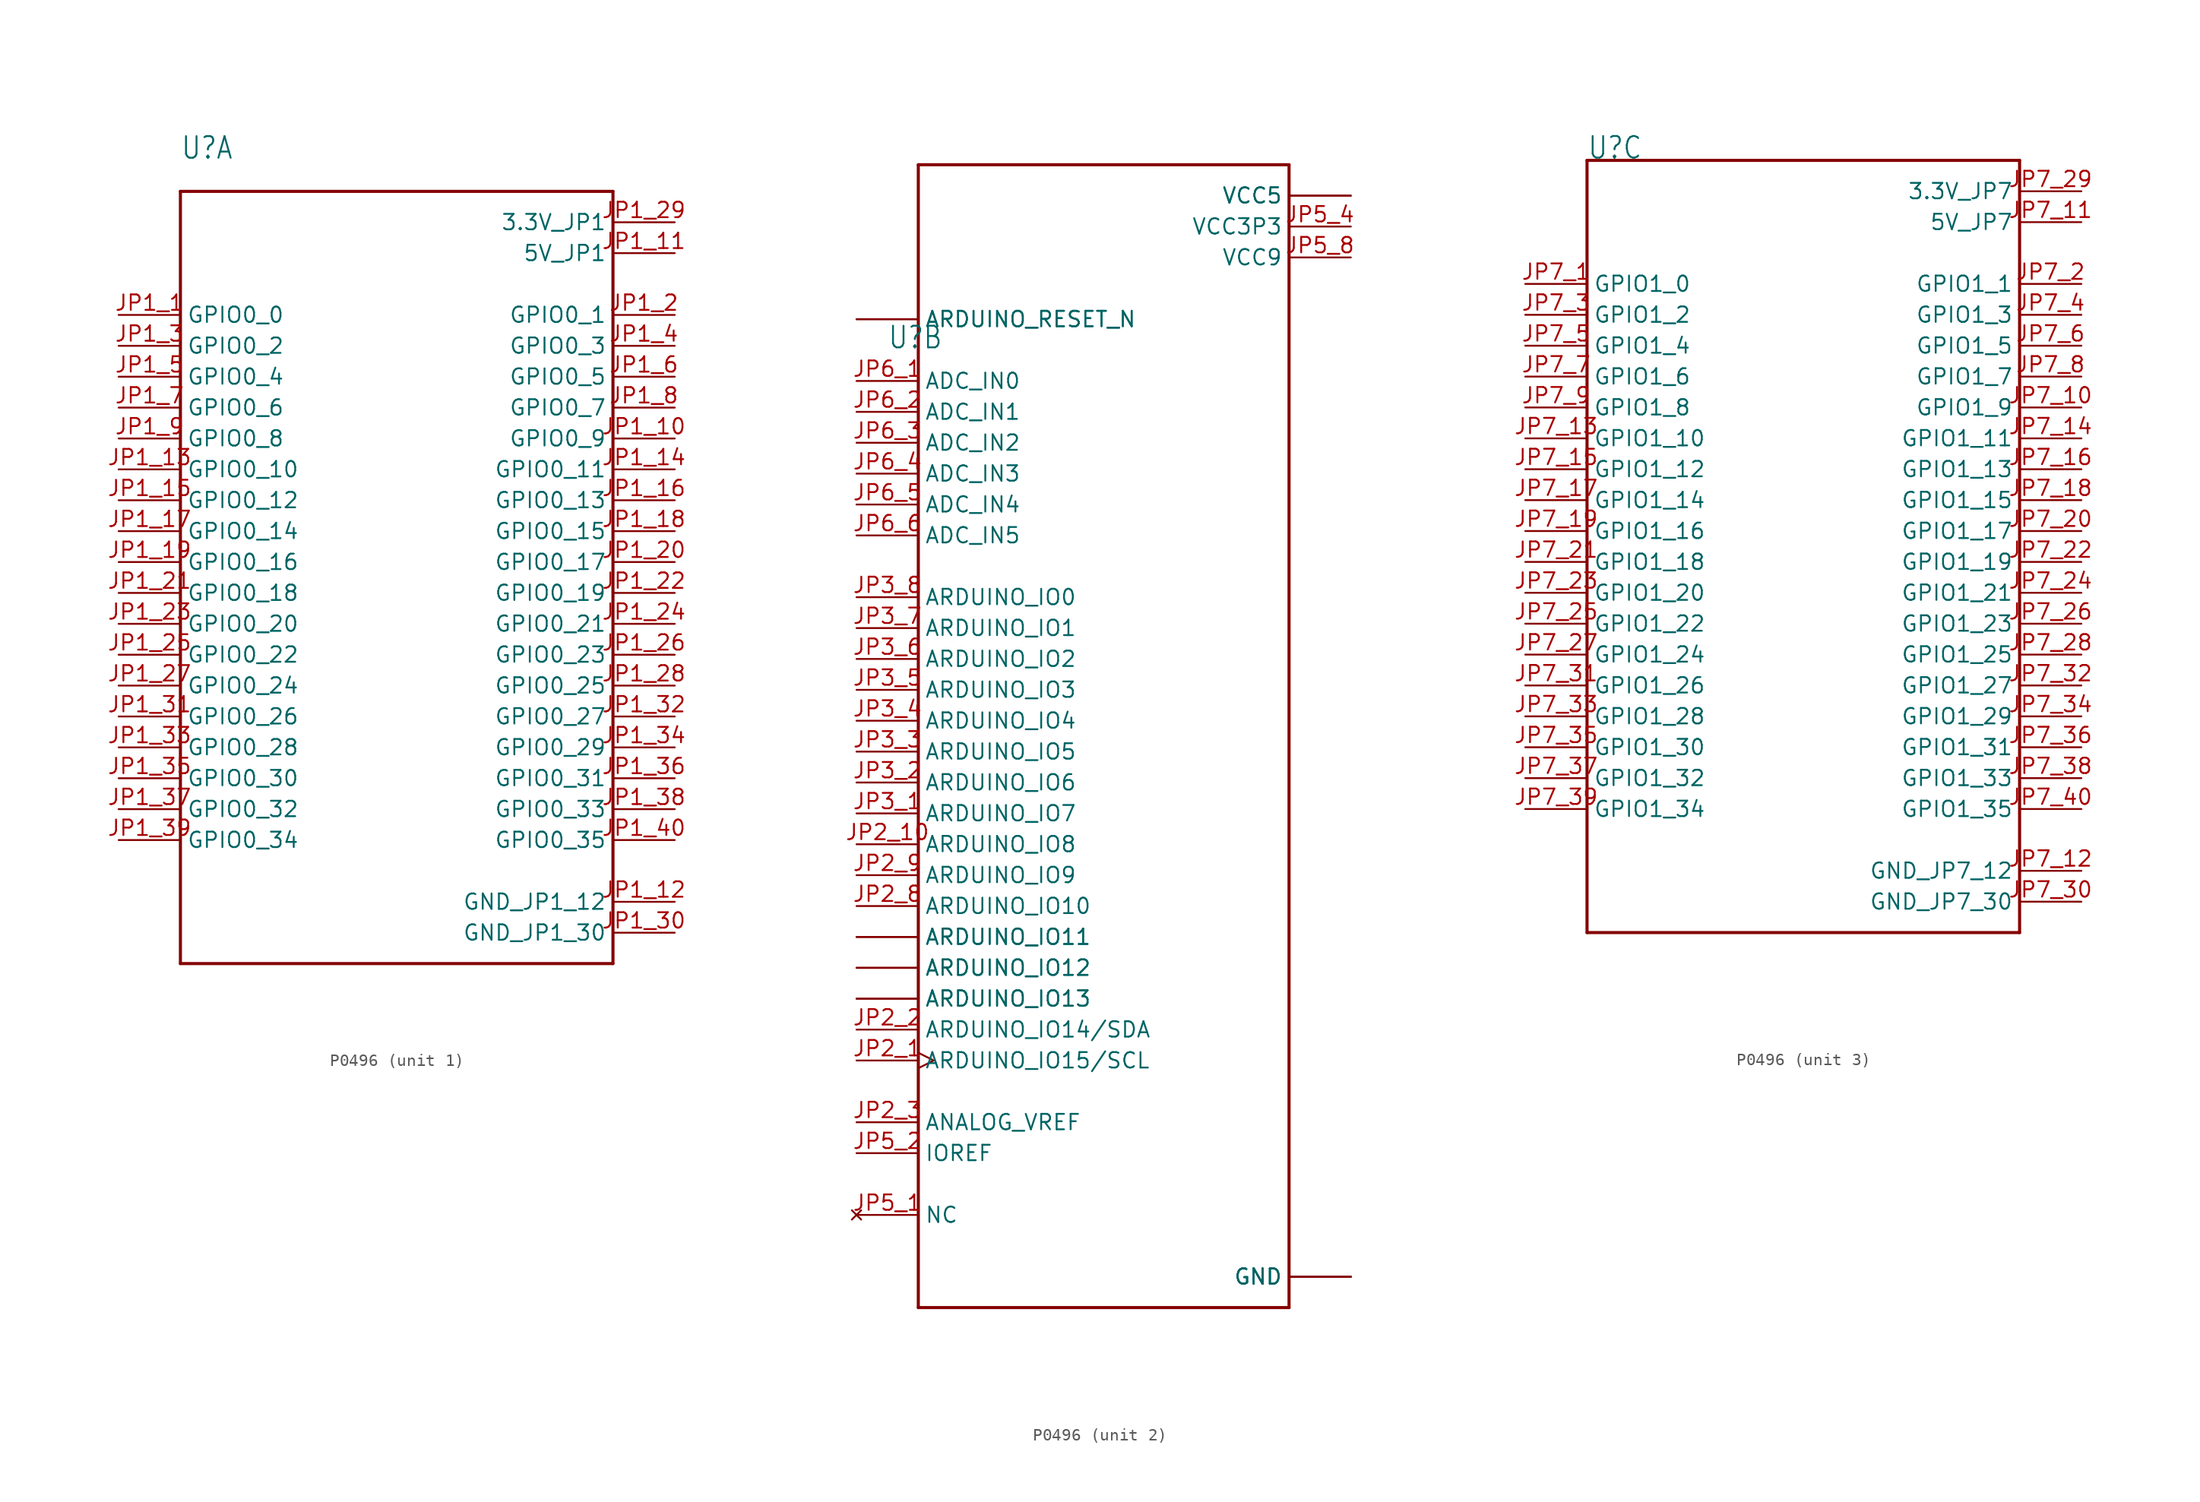
<source format=kicad_sym>
(kicad_symbol_lib
  (version 20231120)
  (generator "kicad_symbol_editor")
  (generator_version "8.0")
  (symbol "P0496"
    (property "Reference" "U"
      (at -17.78 33.02 0)
      (effects (font (size 1.778 1.511)) (justify left bottom)))
    (property "Value" ""
      (at -17.78 -33.02 0)
      (effects (font (size 1.778 1.511)) (justify left bottom)))
    (property "ki_locked" ""
      (at 0 0 0)
      (effects (font (size 1.27 1.27))))
    (symbol "P0496_1_0"
      (polyline (pts (xy -17.78 -33.02) (xy -17.78 30.48)) (stroke (width 0.254) (type solid)) (fill (type none)))
      (polyline (pts (xy -17.78 30.48) (xy 17.78 30.48)) (stroke (width 0.254) (type solid)) (fill (type none)))
      (polyline (pts (xy 17.78 -33.02) (xy -17.78 -33.02)) (stroke (width 0.254) (type solid)) (fill (type none)))
      (polyline (pts (xy 17.78 30.48) (xy 17.78 -33.02)) (stroke (width 0.254) (type solid)) (fill (type none)))
      (pin bidirectional line (at -22.86 20.32 0) (length 5.08) (name "GPIO0_0" (effects (font (size 1.27 1.27)))) (number "JP1_1" (effects (font (size 1.27 1.27)))))
      (pin bidirectional line (at 22.86 10.16 180) (length 5.08) (name "GPIO0_9" (effects (font (size 1.27 1.27)))) (number "JP1_10" (effects (font (size 1.27 1.27)))))
      (pin power_in line (at 22.86 25.4 180) (length 5.08) (name "5V_JP1" (effects (font (size 1.27 1.27)))) (number "JP1_11" (effects (font (size 1.27 1.27)))))
      (pin power_in line (at 22.86 -27.94 180) (length 5.08) (name "GND_JP1_12" (effects (font (size 1.27 1.27)))) (number "JP1_12" (effects (font (size 1.27 1.27)))))
      (pin bidirectional line (at -22.86 7.62 0) (length 5.08) (name "GPIO0_10" (effects (font (size 1.27 1.27)))) (number "JP1_13" (effects (font (size 1.27 1.27)))))
      (pin bidirectional line (at 22.86 7.62 180) (length 5.08) (name "GPIO0_11" (effects (font (size 1.27 1.27)))) (number "JP1_14" (effects (font (size 1.27 1.27)))))
      (pin bidirectional line (at -22.86 5.08 0) (length 5.08) (name "GPIO0_12" (effects (font (size 1.27 1.27)))) (number "JP1_15" (effects (font (size 1.27 1.27)))))
      (pin bidirectional line (at 22.86 5.08 180) (length 5.08) (name "GPIO0_13" (effects (font (size 1.27 1.27)))) (number "JP1_16" (effects (font (size 1.27 1.27)))))
      (pin bidirectional line (at -22.86 2.54 0) (length 5.08) (name "GPIO0_14" (effects (font (size 1.27 1.27)))) (number "JP1_17" (effects (font (size 1.27 1.27)))))
      (pin bidirectional line (at 22.86 2.54 180) (length 5.08) (name "GPIO0_15" (effects (font (size 1.27 1.27)))) (number "JP1_18" (effects (font (size 1.27 1.27)))))
      (pin bidirectional line (at -22.86 0 0) (length 5.08) (name "GPIO0_16" (effects (font (size 1.27 1.27)))) (number "JP1_19" (effects (font (size 1.27 1.27)))))
      (pin bidirectional line (at 22.86 20.32 180) (length 5.08) (name "GPIO0_1" (effects (font (size 1.27 1.27)))) (number "JP1_2" (effects (font (size 1.27 1.27)))))
      (pin bidirectional line (at 22.86 0 180) (length 5.08) (name "GPIO0_17" (effects (font (size 1.27 1.27)))) (number "JP1_20" (effects (font (size 1.27 1.27)))))
      (pin bidirectional line (at -22.86 -2.54 0) (length 5.08) (name "GPIO0_18" (effects (font (size 1.27 1.27)))) (number "JP1_21" (effects (font (size 1.27 1.27)))))
      (pin bidirectional line (at 22.86 -2.54 180) (length 5.08) (name "GPIO0_19" (effects (font (size 1.27 1.27)))) (number "JP1_22" (effects (font (size 1.27 1.27)))))
      (pin bidirectional line (at -22.86 -5.08 0) (length 5.08) (name "GPIO0_20" (effects (font (size 1.27 1.27)))) (number "JP1_23" (effects (font (size 1.27 1.27)))))
      (pin bidirectional line (at 22.86 -5.08 180) (length 5.08) (name "GPIO0_21" (effects (font (size 1.27 1.27)))) (number "JP1_24" (effects (font (size 1.27 1.27)))))
      (pin bidirectional line (at -22.86 -7.62 0) (length 5.08) (name "GPIO0_22" (effects (font (size 1.27 1.27)))) (number "JP1_25" (effects (font (size 1.27 1.27)))))
      (pin bidirectional line (at 22.86 -7.62 180) (length 5.08) (name "GPIO0_23" (effects (font (size 1.27 1.27)))) (number "JP1_26" (effects (font (size 1.27 1.27)))))
      (pin bidirectional line (at -22.86 -10.16 0) (length 5.08) (name "GPIO0_24" (effects (font (size 1.27 1.27)))) (number "JP1_27" (effects (font (size 1.27 1.27)))))
      (pin bidirectional line (at 22.86 -10.16 180) (length 5.08) (name "GPIO0_25" (effects (font (size 1.27 1.27)))) (number "JP1_28" (effects (font (size 1.27 1.27)))))
      (pin power_in line (at 22.86 27.94 180) (length 5.08) (name "3.3V_JP1" (effects (font (size 1.27 1.27)))) (number "JP1_29" (effects (font (size 1.27 1.27)))))
      (pin bidirectional line (at -22.86 17.78 0) (length 5.08) (name "GPIO0_2" (effects (font (size 1.27 1.27)))) (number "JP1_3" (effects (font (size 1.27 1.27)))))
      (pin power_in line (at 22.86 -30.48 180) (length 5.08) (name "GND_JP1_30" (effects (font (size 1.27 1.27)))) (number "JP1_30" (effects (font (size 1.27 1.27)))))
      (pin bidirectional line (at -22.86 -12.7 0) (length 5.08) (name "GPIO0_26" (effects (font (size 1.27 1.27)))) (number "JP1_31" (effects (font (size 1.27 1.27)))))
      (pin bidirectional line (at 22.86 -12.7 180) (length 5.08) (name "GPIO0_27" (effects (font (size 1.27 1.27)))) (number "JP1_32" (effects (font (size 1.27 1.27)))))
      (pin bidirectional line (at -22.86 -15.24 0) (length 5.08) (name "GPIO0_28" (effects (font (size 1.27 1.27)))) (number "JP1_33" (effects (font (size 1.27 1.27)))))
      (pin bidirectional line (at 22.86 -15.24 180) (length 5.08) (name "GPIO0_29" (effects (font (size 1.27 1.27)))) (number "JP1_34" (effects (font (size 1.27 1.27)))))
      (pin bidirectional line (at -22.86 -17.78 0) (length 5.08) (name "GPIO0_30" (effects (font (size 1.27 1.27)))) (number "JP1_35" (effects (font (size 1.27 1.27)))))
      (pin bidirectional line (at 22.86 -17.78 180) (length 5.08) (name "GPIO0_31" (effects (font (size 1.27 1.27)))) (number "JP1_36" (effects (font (size 1.27 1.27)))))
      (pin bidirectional line (at -22.86 -20.32 0) (length 5.08) (name "GPIO0_32" (effects (font (size 1.27 1.27)))) (number "JP1_37" (effects (font (size 1.27 1.27)))))
      (pin bidirectional line (at 22.86 -20.32 180) (length 5.08) (name "GPIO0_33" (effects (font (size 1.27 1.27)))) (number "JP1_38" (effects (font (size 1.27 1.27)))))
      (pin bidirectional line (at -22.86 -22.86 0) (length 5.08) (name "GPIO0_34" (effects (font (size 1.27 1.27)))) (number "JP1_39" (effects (font (size 1.27 1.27)))))
      (pin bidirectional line (at 22.86 17.78 180) (length 5.08) (name "GPIO0_3" (effects (font (size 1.27 1.27)))) (number "JP1_4" (effects (font (size 1.27 1.27)))))
      (pin bidirectional line (at 22.86 -22.86 180) (length 5.08) (name "GPIO0_35" (effects (font (size 1.27 1.27)))) (number "JP1_40" (effects (font (size 1.27 1.27)))))
      (pin bidirectional line (at -22.86 15.24 0) (length 5.08) (name "GPIO0_4" (effects (font (size 1.27 1.27)))) (number "JP1_5" (effects (font (size 1.27 1.27)))))
      (pin bidirectional line (at 22.86 15.24 180) (length 5.08) (name "GPIO0_5" (effects (font (size 1.27 1.27)))) (number "JP1_6" (effects (font (size 1.27 1.27)))))
      (pin bidirectional line (at -22.86 12.7 0) (length 5.08) (name "GPIO0_6" (effects (font (size 1.27 1.27)))) (number "JP1_7" (effects (font (size 1.27 1.27)))))
      (pin bidirectional line (at 22.86 12.7 180) (length 5.08) (name "GPIO0_7" (effects (font (size 1.27 1.27)))) (number "JP1_8" (effects (font (size 1.27 1.27)))))
      (pin bidirectional line (at -22.86 10.16 0) (length 5.08) (name "GPIO0_8" (effects (font (size 1.27 1.27)))) (number "JP1_9" (effects (font (size 1.27 1.27))))))
    (symbol "P0496_2_0"
      (polyline (pts (xy -15.24 -45.72) (xy -15.24 48.26)) (stroke (width 0.254) (type solid)) (fill (type none)))
      (polyline (pts (xy -15.24 -45.72) (xy 15.24 -45.72)) (stroke (width 0.254) (type solid)) (fill (type none)))
      (polyline (pts (xy -15.24 48.26) (xy 15.24 48.26)) (stroke (width 0.254) (type solid)) (fill (type none)))
      (polyline (pts (xy 15.24 48.26) (xy 15.24 -45.72)) (stroke (width 0.254) (type solid)) (fill (type none)))
      (pin bidirectional clock (at -20.32 -25.4 0) (length 5.08) (name "ARDUINO_IO15/SCL" (effects (font (size 1.27 1.27)))) (number "JP2_1" (effects (font (size 1.27 1.27)))))
      (pin bidirectional line (at -20.32 -7.62 0) (length 5.08) (name "ARDUINO_IO8" (effects (font (size 1.27 1.27)))) (number "JP2_10" (effects (font (size 1.27 1.27)))))
      (pin bidirectional line (at -20.32 -22.86 0) (length 5.08) (name "ARDUINO_IO14/SDA" (effects (font (size 1.27 1.27)))) (number "JP2_2" (effects (font (size 1.27 1.27)))))
      (pin bidirectional line (at -20.32 -30.48 0) (length 5.08) (name "ANALOG_VREF" (effects (font (size 1.27 1.27)))) (number "JP2_3" (effects (font (size 1.27 1.27)))))
      (pin power_in line (at 20.32 -43.18 180) (length 5.08) (name "GND" (effects (font (size 1.27 1.27)))) (number "JP2_4" (effects (font (size 0 0)))))
      (pin bidirectional line (at -20.32 -20.32 0) (length 5.08) (name "ARDUINO_IO13" (effects (font (size 1.27 1.27)))) (number "JP2_5" (effects (font (size 0 0)))))
      (pin bidirectional line (at -20.32 -17.78 0) (length 5.08) (name "ARDUINO_IO12" (effects (font (size 1.27 1.27)))) (number "JP2_6" (effects (font (size 0 0)))))
      (pin bidirectional line (at -20.32 -15.24 0) (length 5.08) (name "ARDUINO_IO11" (effects (font (size 1.27 1.27)))) (number "JP2_7" (effects (font (size 0 0)))))
      (pin bidirectional line (at -20.32 -12.7 0) (length 5.08) (name "ARDUINO_IO10" (effects (font (size 1.27 1.27)))) (number "JP2_8" (effects (font (size 1.27 1.27)))))
      (pin bidirectional line (at -20.32 -10.16 0) (length 5.08) (name "ARDUINO_IO9" (effects (font (size 1.27 1.27)))) (number "JP2_9" (effects (font (size 1.27 1.27)))))
      (pin bidirectional line (at -20.32 -5.08 0) (length 5.08) (name "ARDUINO_IO7" (effects (font (size 1.27 1.27)))) (number "JP3_1" (effects (font (size 1.27 1.27)))))
      (pin bidirectional line (at -20.32 -2.54 0) (length 5.08) (name "ARDUINO_IO6" (effects (font (size 1.27 1.27)))) (number "JP3_2" (effects (font (size 1.27 1.27)))))
      (pin bidirectional line (at -20.32 0 0) (length 5.08) (name "ARDUINO_IO5" (effects (font (size 1.27 1.27)))) (number "JP3_3" (effects (font (size 1.27 1.27)))))
      (pin bidirectional line (at -20.32 2.54 0) (length 5.08) (name "ARDUINO_IO4" (effects (font (size 1.27 1.27)))) (number "JP3_4" (effects (font (size 1.27 1.27)))))
      (pin bidirectional line (at -20.32 5.08 0) (length 5.08) (name "ARDUINO_IO3" (effects (font (size 1.27 1.27)))) (number "JP3_5" (effects (font (size 1.27 1.27)))))
      (pin bidirectional line (at -20.32 7.62 0) (length 5.08) (name "ARDUINO_IO2" (effects (font (size 1.27 1.27)))) (number "JP3_6" (effects (font (size 1.27 1.27)))))
      (pin bidirectional line (at -20.32 10.16 0) (length 5.08) (name "ARDUINO_IO1" (effects (font (size 1.27 1.27)))) (number "JP3_7" (effects (font (size 1.27 1.27)))))
      (pin bidirectional line (at -20.32 12.7 0) (length 5.08) (name "ARDUINO_IO0" (effects (font (size 1.27 1.27)))) (number "JP3_8" (effects (font (size 1.27 1.27)))))
      (pin bidirectional line (at -20.32 -17.78 0) (length 5.08) (name "ARDUINO_IO12" (effects (font (size 1.27 1.27)))) (number "JP4_1" (effects (font (size 0 0)))))
      (pin power_in line (at 20.32 45.72 180) (length 5.08) (name "VCC5" (effects (font (size 1.27 1.27)))) (number "JP4_2" (effects (font (size 0 0)))))
      (pin bidirectional line (at -20.32 -20.32 0) (length 5.08) (name "ARDUINO_IO13" (effects (font (size 1.27 1.27)))) (number "JP4_3" (effects (font (size 0 0)))))
      (pin bidirectional line (at -20.32 -15.24 0) (length 5.08) (name "ARDUINO_IO11" (effects (font (size 1.27 1.27)))) (number "JP4_4" (effects (font (size 0 0)))))
      (pin input line (at -20.32 35.56 0) (length 5.08) (name "ARDUINO_RESET_N" (effects (font (size 1.27 1.27)))) (number "JP4_5" (effects (font (size 0 0)))))
      (pin power_in line (at 20.32 -43.18 180) (length 5.08) (name "GND" (effects (font (size 1.27 1.27)))) (number "JP4_6" (effects (font (size 0 0)))))
      (pin no_connect line (at -20.32 -38.1 0) (length 5.08) (name "NC" (effects (font (size 1.27 1.27)))) (number "JP5_1" (effects (font (size 1.27 1.27)))))
      (pin bidirectional line (at -20.32 -33.02 0) (length 5.08) (name "IOREF" (effects (font (size 1.27 1.27)))) (number "JP5_2" (effects (font (size 1.27 1.27)))))
      (pin input line (at -20.32 35.56 0) (length 5.08) (name "ARDUINO_RESET_N" (effects (font (size 1.27 1.27)))) (number "JP5_3" (effects (font (size 0 0)))))
      (pin power_in line (at 20.32 43.18 180) (length 5.08) (name "VCC3P3" (effects (font (size 1.27 1.27)))) (number "JP5_4" (effects (font (size 1.27 1.27)))))
      (pin power_in line (at 20.32 45.72 180) (length 5.08) (name "VCC5" (effects (font (size 1.27 1.27)))) (number "JP5_5" (effects (font (size 0 0)))))
      (pin power_in line (at 20.32 -43.18 180) (length 5.08) (name "GND" (effects (font (size 1.27 1.27)))) (number "JP5_6" (effects (font (size 0 0)))))
      (pin power_in line (at 20.32 -43.18 180) (length 5.08) (name "GND" (effects (font (size 1.27 1.27)))) (number "JP5_7" (effects (font (size 0 0)))))
      (pin power_in line (at 20.32 40.64 180) (length 5.08) (name "VCC9" (effects (font (size 1.27 1.27)))) (number "JP5_8" (effects (font (size 1.27 1.27)))))
      (pin input line (at -20.32 30.48 0) (length 5.08) (name "ADC_IN0" (effects (font (size 1.27 1.27)))) (number "JP6_1" (effects (font (size 1.27 1.27)))))
      (pin input line (at -20.32 27.94 0) (length 5.08) (name "ADC_IN1" (effects (font (size 1.27 1.27)))) (number "JP6_2" (effects (font (size 1.27 1.27)))))
      (pin input line (at -20.32 25.4 0) (length 5.08) (name "ADC_IN2" (effects (font (size 1.27 1.27)))) (number "JP6_3" (effects (font (size 1.27 1.27)))))
      (pin input line (at -20.32 22.86 0) (length 5.08) (name "ADC_IN3" (effects (font (size 1.27 1.27)))) (number "JP6_4" (effects (font (size 1.27 1.27)))))
      (pin input line (at -20.32 20.32 0) (length 5.08) (name "ADC_IN4" (effects (font (size 1.27 1.27)))) (number "JP6_5" (effects (font (size 1.27 1.27)))))
      (pin input line (at -20.32 17.78 0) (length 5.08) (name "ADC_IN5" (effects (font (size 1.27 1.27)))) (number "JP6_6" (effects (font (size 1.27 1.27))))))
    (symbol "P0496_3_0"
      (polyline (pts (xy -17.78 -30.48) (xy -17.78 33.02)) (stroke (width 0.254) (type solid)) (fill (type none)))
      (polyline (pts (xy -17.78 33.02) (xy 17.78 33.02)) (stroke (width 0.254) (type solid)) (fill (type none)))
      (polyline (pts (xy 17.78 -30.48) (xy -17.78 -30.48)) (stroke (width 0.254) (type solid)) (fill (type none)))
      (polyline (pts (xy 17.78 33.02) (xy 17.78 -30.48)) (stroke (width 0.254) (type solid)) (fill (type none)))
      (pin bidirectional line (at -22.86 22.86 0) (length 5.08) (name "GPIO1_0" (effects (font (size 1.27 1.27)))) (number "JP7_1" (effects (font (size 1.27 1.27)))))
      (pin bidirectional line (at 22.86 12.7 180) (length 5.08) (name "GPIO1_9" (effects (font (size 1.27 1.27)))) (number "JP7_10" (effects (font (size 1.27 1.27)))))
      (pin power_in line (at 22.86 27.94 180) (length 5.08) (name "5V_JP7" (effects (font (size 1.27 1.27)))) (number "JP7_11" (effects (font (size 1.27 1.27)))))
      (pin power_in line (at 22.86 -25.4 180) (length 5.08) (name "GND_JP7_12" (effects (font (size 1.27 1.27)))) (number "JP7_12" (effects (font (size 1.27 1.27)))))
      (pin bidirectional line (at -22.86 10.16 0) (length 5.08) (name "GPIO1_10" (effects (font (size 1.27 1.27)))) (number "JP7_13" (effects (font (size 1.27 1.27)))))
      (pin bidirectional line (at 22.86 10.16 180) (length 5.08) (name "GPIO1_11" (effects (font (size 1.27 1.27)))) (number "JP7_14" (effects (font (size 1.27 1.27)))))
      (pin bidirectional line (at -22.86 7.62 0) (length 5.08) (name "GPIO1_12" (effects (font (size 1.27 1.27)))) (number "JP7_15" (effects (font (size 1.27 1.27)))))
      (pin bidirectional line (at 22.86 7.62 180) (length 5.08) (name "GPIO1_13" (effects (font (size 1.27 1.27)))) (number "JP7_16" (effects (font (size 1.27 1.27)))))
      (pin bidirectional line (at -22.86 5.08 0) (length 5.08) (name "GPIO1_14" (effects (font (size 1.27 1.27)))) (number "JP7_17" (effects (font (size 1.27 1.27)))))
      (pin bidirectional line (at 22.86 5.08 180) (length 5.08) (name "GPIO1_15" (effects (font (size 1.27 1.27)))) (number "JP7_18" (effects (font (size 1.27 1.27)))))
      (pin bidirectional line (at -22.86 2.54 0) (length 5.08) (name "GPIO1_16" (effects (font (size 1.27 1.27)))) (number "JP7_19" (effects (font (size 1.27 1.27)))))
      (pin bidirectional line (at 22.86 22.86 180) (length 5.08) (name "GPIO1_1" (effects (font (size 1.27 1.27)))) (number "JP7_2" (effects (font (size 1.27 1.27)))))
      (pin bidirectional line (at 22.86 2.54 180) (length 5.08) (name "GPIO1_17" (effects (font (size 1.27 1.27)))) (number "JP7_20" (effects (font (size 1.27 1.27)))))
      (pin bidirectional line (at -22.86 0 0) (length 5.08) (name "GPIO1_18" (effects (font (size 1.27 1.27)))) (number "JP7_21" (effects (font (size 1.27 1.27)))))
      (pin bidirectional line (at 22.86 0 180) (length 5.08) (name "GPIO1_19" (effects (font (size 1.27 1.27)))) (number "JP7_22" (effects (font (size 1.27 1.27)))))
      (pin bidirectional line (at -22.86 -2.54 0) (length 5.08) (name "GPIO1_20" (effects (font (size 1.27 1.27)))) (number "JP7_23" (effects (font (size 1.27 1.27)))))
      (pin bidirectional line (at 22.86 -2.54 180) (length 5.08) (name "GPIO1_21" (effects (font (size 1.27 1.27)))) (number "JP7_24" (effects (font (size 1.27 1.27)))))
      (pin bidirectional line (at -22.86 -5.08 0) (length 5.08) (name "GPIO1_22" (effects (font (size 1.27 1.27)))) (number "JP7_25" (effects (font (size 1.27 1.27)))))
      (pin bidirectional line (at 22.86 -5.08 180) (length 5.08) (name "GPIO1_23" (effects (font (size 1.27 1.27)))) (number "JP7_26" (effects (font (size 1.27 1.27)))))
      (pin bidirectional line (at -22.86 -7.62 0) (length 5.08) (name "GPIO1_24" (effects (font (size 1.27 1.27)))) (number "JP7_27" (effects (font (size 1.27 1.27)))))
      (pin bidirectional line (at 22.86 -7.62 180) (length 5.08) (name "GPIO1_25" (effects (font (size 1.27 1.27)))) (number "JP7_28" (effects (font (size 1.27 1.27)))))
      (pin power_in line (at 22.86 30.48 180) (length 5.08) (name "3.3V_JP7" (effects (font (size 1.27 1.27)))) (number "JP7_29" (effects (font (size 1.27 1.27)))))
      (pin bidirectional line (at -22.86 20.32 0) (length 5.08) (name "GPIO1_2" (effects (font (size 1.27 1.27)))) (number "JP7_3" (effects (font (size 1.27 1.27)))))
      (pin power_in line (at 22.86 -27.94 180) (length 5.08) (name "GND_JP7_30" (effects (font (size 1.27 1.27)))) (number "JP7_30" (effects (font (size 1.27 1.27)))))
      (pin bidirectional line (at -22.86 -10.16 0) (length 5.08) (name "GPIO1_26" (effects (font (size 1.27 1.27)))) (number "JP7_31" (effects (font (size 1.27 1.27)))))
      (pin bidirectional line (at 22.86 -10.16 180) (length 5.08) (name "GPIO1_27" (effects (font (size 1.27 1.27)))) (number "JP7_32" (effects (font (size 1.27 1.27)))))
      (pin bidirectional line (at -22.86 -12.7 0) (length 5.08) (name "GPIO1_28" (effects (font (size 1.27 1.27)))) (number "JP7_33" (effects (font (size 1.27 1.27)))))
      (pin bidirectional line (at 22.86 -12.7 180) (length 5.08) (name "GPIO1_29" (effects (font (size 1.27 1.27)))) (number "JP7_34" (effects (font (size 1.27 1.27)))))
      (pin bidirectional line (at -22.86 -15.24 0) (length 5.08) (name "GPIO1_30" (effects (font (size 1.27 1.27)))) (number "JP7_35" (effects (font (size 1.27 1.27)))))
      (pin bidirectional line (at 22.86 -15.24 180) (length 5.08) (name "GPIO1_31" (effects (font (size 1.27 1.27)))) (number "JP7_36" (effects (font (size 1.27 1.27)))))
      (pin bidirectional line (at -22.86 -17.78 0) (length 5.08) (name "GPIO1_32" (effects (font (size 1.27 1.27)))) (number "JP7_37" (effects (font (size 1.27 1.27)))))
      (pin bidirectional line (at 22.86 -17.78 180) (length 5.08) (name "GPIO1_33" (effects (font (size 1.27 1.27)))) (number "JP7_38" (effects (font (size 1.27 1.27)))))
      (pin bidirectional line (at -22.86 -20.32 0) (length 5.08) (name "GPIO1_34" (effects (font (size 1.27 1.27)))) (number "JP7_39" (effects (font (size 1.27 1.27)))))
      (pin bidirectional line (at 22.86 20.32 180) (length 5.08) (name "GPIO1_3" (effects (font (size 1.27 1.27)))) (number "JP7_4" (effects (font (size 1.27 1.27)))))
      (pin bidirectional line (at 22.86 -20.32 180) (length 5.08) (name "GPIO1_35" (effects (font (size 1.27 1.27)))) (number "JP7_40" (effects (font (size 1.27 1.27)))))
      (pin bidirectional line (at -22.86 17.78 0) (length 5.08) (name "GPIO1_4" (effects (font (size 1.27 1.27)))) (number "JP7_5" (effects (font (size 1.27 1.27)))))
      (pin bidirectional line (at 22.86 17.78 180) (length 5.08) (name "GPIO1_5" (effects (font (size 1.27 1.27)))) (number "JP7_6" (effects (font (size 1.27 1.27)))))
      (pin bidirectional line (at -22.86 15.24 0) (length 5.08) (name "GPIO1_6" (effects (font (size 1.27 1.27)))) (number "JP7_7" (effects (font (size 1.27 1.27)))))
      (pin bidirectional line (at 22.86 15.24 180) (length 5.08) (name "GPIO1_7" (effects (font (size 1.27 1.27)))) (number "JP7_8" (effects (font (size 1.27 1.27)))))
      (pin bidirectional line (at -22.86 12.7 0) (length 5.08) (name "GPIO1_8" (effects (font (size 1.27 1.27)))) (number "JP7_9" (effects (font (size 1.27 1.27))))))))
</source>
